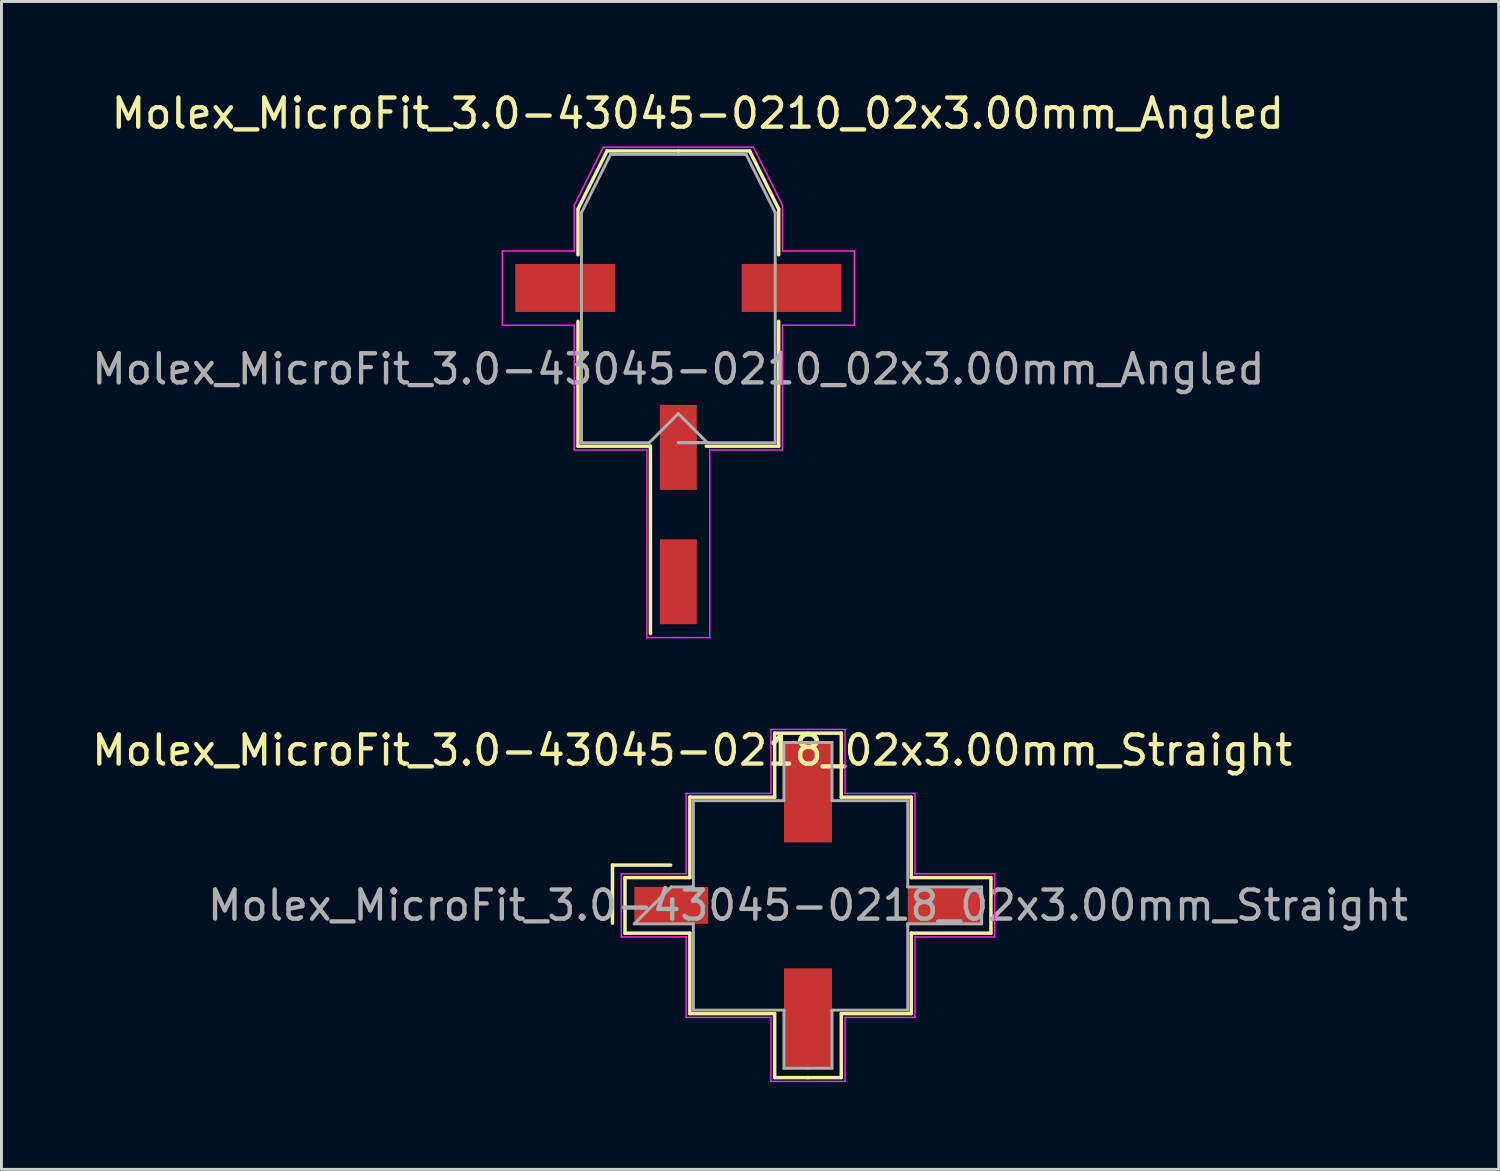
<source format=kicad_pcb>
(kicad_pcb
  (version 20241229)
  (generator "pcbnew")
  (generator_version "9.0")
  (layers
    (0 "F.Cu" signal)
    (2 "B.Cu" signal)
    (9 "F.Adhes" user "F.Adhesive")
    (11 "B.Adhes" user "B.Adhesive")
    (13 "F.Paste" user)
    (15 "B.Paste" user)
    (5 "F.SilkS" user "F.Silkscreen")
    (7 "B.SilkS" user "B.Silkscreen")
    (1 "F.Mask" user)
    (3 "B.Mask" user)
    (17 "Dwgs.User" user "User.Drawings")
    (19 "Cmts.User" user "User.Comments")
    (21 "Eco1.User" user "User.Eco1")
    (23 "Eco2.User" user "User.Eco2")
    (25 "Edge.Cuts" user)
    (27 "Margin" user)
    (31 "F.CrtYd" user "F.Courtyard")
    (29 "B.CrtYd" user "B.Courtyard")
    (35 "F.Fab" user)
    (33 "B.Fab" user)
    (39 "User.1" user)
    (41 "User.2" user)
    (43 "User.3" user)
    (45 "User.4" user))
  (footprint "Molex_MicroFit_3.0-43045-0218_02x3.00mm_Straight"
    (layer "F.Cu")
    (at 24.724 28.072)
    (property "Reference" "Molex_MicroFit_3.0-43045-0218_02x3.00mm_Straight" (at -3.98 -5.33 0) (layer "F.SilkS") (effects (font (size 1 1) (thickness 0.15))))
    (attr smd)
    (fp_line (start -6.72 -1.385) (end -6.72 0.615) (stroke (width 0.12) (type solid)) (layer "F.SilkS"))
    (fp_line (start -6.29 -0.955) (end -4.06 -0.955) (stroke (width 0.12) (type solid)) (layer "F.SilkS"))
    (fp_line (start -6.29 0.955) (end -6.29 -0.955) (stroke (width 0.12) (type solid)) (layer "F.SilkS"))
    (fp_line (start -4.72 -1.385) (end -6.72 -1.385) (stroke (width 0.12) (type solid)) (layer "F.SilkS"))
    (fp_line (start -4.06 -3.72) (end -4.06 -3.72) (stroke (width 0.12) (type solid)) (layer "F.SilkS"))
    (fp_line (start -4.06 -3.72) (end -1.145 -3.72) (stroke (width 0.12) (type solid)) (layer "F.SilkS"))
    (fp_line (start -4.06 -0.955) (end -4.06 -3.72) (stroke (width 0.12) (type solid)) (layer "F.SilkS"))
    (fp_line (start -4.06 0.955) (end -6.29 0.955) (stroke (width 0.12) (type solid)) (layer "F.SilkS"))
    (fp_line (start -4.06 3.72) (end -4.06 0.955) (stroke (width 0.12) (type solid)) (layer "F.SilkS"))
    (fp_line (start -1.145 -5.92) (end 0 -5.92) (stroke (width 0.12) (type solid)) (layer "F.SilkS"))
    (fp_line (start -1.145 -3.72) (end -1.145 -5.92) (stroke (width 0.12) (type solid)) (layer "F.SilkS"))
    (fp_line (start -1.145 3.72) (end -4.06 3.72) (stroke (width 0.12) (type solid)) (layer "F.SilkS"))
    (fp_line (start -1.145 5.92) (end -1.145 3.72) (stroke (width 0.12) (type solid)) (layer "F.SilkS"))
    (fp_line (start 0 -5.92) (end 1.145 -5.92) (stroke (width 0.12) (type solid)) (layer "F.SilkS"))
    (fp_line (start 0 5.92) (end -1.145 5.92) (stroke (width 0.12) (type solid)) (layer "F.SilkS"))
    (fp_line (start 1.145 -5.92) (end 1.145 -3.72) (stroke (width 0.12) (type solid)) (layer "F.SilkS"))
    (fp_line (start 1.145 -3.72) (end 3.55 -3.72) (stroke (width 0.12) (type solid)) (layer "F.SilkS"))
    (fp_line (start 1.145 3.72) (end 1.145 5.92) (stroke (width 0.12) (type solid)) (layer "F.SilkS"))
    (fp_line (start 1.145 5.92) (end 0 5.92) (stroke (width 0.12) (type solid)) (layer "F.SilkS"))
    (fp_line (start 3.55 -3.72) (end 3.55 -0.955) (stroke (width 0.12) (type solid)) (layer "F.SilkS"))
    (fp_line (start 3.55 -0.955) (end 6.29 -0.955) (stroke (width 0.12) (type solid)) (layer "F.SilkS"))
    (fp_line (start 3.55 0.955) (end 3.55 0.955) (stroke (width 0.12) (type solid)) (layer "F.SilkS"))
    (fp_line (start 3.55 0.955) (end 3.55 3.72) (stroke (width 0.12) (type solid)) (layer "F.SilkS"))
    (fp_line (start 3.55 3.72) (end 1.145 3.72) (stroke (width 0.12) (type solid)) (layer "F.SilkS"))
    (fp_line (start 6.29 -0.955) (end 6.29 0.955) (stroke (width 0.12) (type solid)) (layer "F.SilkS"))
    (fp_line (start 6.29 0.955) (end 3.55 0.955) (stroke (width 0.12) (type solid)) (layer "F.SilkS"))
    (fp_line (start -6.42 -1.085) (end -4.19 -1.085) (stroke (width 0.05) (type solid)) (layer "F.CrtYd"))
    (fp_line (start -6.42 1.085) (end -6.42 -1.085) (stroke (width 0.05) (type solid)) (layer "F.CrtYd"))
    (fp_line (start -4.19 -3.85) (end -4.19 -3.85) (stroke (width 0.05) (type solid)) (layer "F.CrtYd"))
    (fp_line (start -4.19 -3.85) (end -1.275 -3.85) (stroke (width 0.05) (type solid)) (layer "F.CrtYd"))
    (fp_line (start -4.19 -1.085) (end -4.19 -3.85) (stroke (width 0.05) (type solid)) (layer "F.CrtYd"))
    (fp_line (start -4.19 1.085) (end -6.42 1.085) (stroke (width 0.05) (type solid)) (layer "F.CrtYd"))
    (fp_line (start -4.19 3.85) (end -4.19 1.085) (stroke (width 0.05) (type solid)) (layer "F.CrtYd"))
    (fp_line (start -1.275 -6.05) (end 0 -6.05) (stroke (width 0.05) (type solid)) (layer "F.CrtYd"))
    (fp_line (start -1.275 -3.85) (end -1.275 -6.05) (stroke (width 0.05) (type solid)) (layer "F.CrtYd"))
    (fp_line (start -1.275 3.85) (end -4.19 3.85) (stroke (width 0.05) (type solid)) (layer "F.CrtYd"))
    (fp_line (start -1.275 6.05) (end -1.275 3.85) (stroke (width 0.05) (type solid)) (layer "F.CrtYd"))
    (fp_line (start 0 -6.05) (end 1.275 -6.05) (stroke (width 0.05) (type solid)) (layer "F.CrtYd"))
    (fp_line (start 0 6.05) (end -1.275 6.05) (stroke (width 0.05) (type solid)) (layer "F.CrtYd"))
    (fp_line (start 1.275 -6.05) (end 1.275 -3.85) (stroke (width 0.05) (type solid)) (layer "F.CrtYd"))
    (fp_line (start 1.275 -3.85) (end 3.68 -3.85) (stroke (width 0.05) (type solid)) (layer "F.CrtYd"))
    (fp_line (start 1.275 3.85) (end 1.275 6.05) (stroke (width 0.05) (type solid)) (layer "F.CrtYd"))
    (fp_line (start 1.275 6.05) (end 0 6.05) (stroke (width 0.05) (type solid)) (layer "F.CrtYd"))
    (fp_line (start 3.68 -3.85) (end 3.68 -1.085) (stroke (width 0.05) (type solid)) (layer "F.CrtYd"))
    (fp_line (start 3.68 -1.085) (end 6.42 -1.085) (stroke (width 0.05) (type solid)) (layer "F.CrtYd"))
    (fp_line (start 3.68 1.085) (end 3.68 1.085) (stroke (width 0.05) (type solid)) (layer "F.CrtYd"))
    (fp_line (start 3.68 1.085) (end 3.68 3.85) (stroke (width 0.05) (type solid)) (layer "F.CrtYd"))
    (fp_line (start 3.68 3.85) (end 1.275 3.85) (stroke (width 0.05) (type solid)) (layer "F.CrtYd"))
    (fp_line (start 6.42 -1.085) (end 6.42 1.085) (stroke (width 0.05) (type solid)) (layer "F.CrtYd"))
    (fp_line (start 6.42 1.085) (end 3.68 1.085) (stroke (width 0.05) (type solid)) (layer "F.CrtYd"))
    (fp_line (start -5.97 0.635) (end -5.97 0.635) (stroke (width 0.1) (type solid)) (layer "F.Fab"))
    (fp_line (start -5.97 0.635) (end -4.7 -0.635) (stroke (width 0.1) (type solid)) (layer "F.Fab"))
    (fp_line (start -4.7 -0.635) (end -3.94 -0.635) (stroke (width 0.1) (type solid)) (layer "F.Fab"))
    (fp_line (start -3.94 -3.6) (end -3.94 -3.6) (stroke (width 0.1) (type solid)) (layer "F.Fab"))
    (fp_line (start -3.94 -3.6) (end -0.825 -3.6) (stroke (width 0.1) (type solid)) (layer "F.Fab"))
    (fp_line (start -3.94 -0.635) (end -3.94 -3.6) (stroke (width 0.1) (type solid)) (layer "F.Fab"))
    (fp_line (start -3.94 0.635) (end -5.97 0.635) (stroke (width 0.1) (type solid)) (layer "F.Fab"))
    (fp_line (start -3.94 3.6) (end -3.94 0.635) (stroke (width 0.1) (type solid)) (layer "F.Fab"))
    (fp_line (start -0.825 -5.6) (end 0 -5.6) (stroke (width 0.1) (type solid)) (layer "F.Fab"))
    (fp_line (start -0.825 -3.6) (end -0.825 -5.6) (stroke (width 0.1) (type solid)) (layer "F.Fab"))
    (fp_line (start -0.825 3.6) (end -3.94 3.6) (stroke (width 0.1) (type solid)) (layer "F.Fab"))
    (fp_line (start -0.825 5.6) (end -0.825 3.6) (stroke (width 0.1) (type solid)) (layer "F.Fab"))
    (fp_line (start 0 -5.6) (end 0.825 -5.6) (stroke (width 0.1) (type solid)) (layer "F.Fab"))
    (fp_line (start 0 5.6) (end -0.825 5.6) (stroke (width 0.1) (type solid)) (layer "F.Fab"))
    (fp_line (start 0.825 -5.6) (end 0.825 -3.6) (stroke (width 0.1) (type solid)) (layer "F.Fab"))
    (fp_line (start 0.825 -3.6) (end 3.43 -3.6) (stroke (width 0.1) (type solid)) (layer "F.Fab"))
    (fp_line (start 0.825 3.6) (end 0.825 5.6) (stroke (width 0.1) (type solid)) (layer "F.Fab"))
    (fp_line (start 0.825 5.6) (end 0 5.6) (stroke (width 0.1) (type solid)) (layer "F.Fab"))
    (fp_line (start 3.43 -3.6) (end 3.43 -0.635) (stroke (width 0.1) (type solid)) (layer "F.Fab"))
    (fp_line (start 3.43 -0.635) (end 5.97 -0.635) (stroke (width 0.1) (type solid)) (layer "F.Fab"))
    (fp_line (start 3.43 0.635) (end 3.43 0.635) (stroke (width 0.1) (type solid)) (layer "F.Fab"))
    (fp_line (start 3.43 0.635) (end 3.43 3.6) (stroke (width 0.1) (type solid)) (layer "F.Fab"))
    (fp_line (start 3.43 3.6) (end 0.825 3.6) (stroke (width 0.1) (type solid)) (layer "F.Fab"))
    (fp_line (start 5.97 -0.635) (end 5.97 0.635) (stroke (width 0.1) (type solid)) (layer "F.Fab"))
    (fp_line (start 5.97 0.635) (end 3.43 0.635) (stroke (width 0.1) (type solid)) (layer "F.Fab"))
    (fp_text user "${REFERENCE}" (at 0 0 0) (layer "F.Fab") (effects (font (size 1 1) (thickness 0.15))))
    (pad "" smd rect (at 0 -3.88) (size 1.65 3.43) (layers "F.Cu" "F.Mask" "F.Paste"))
    (pad "" smd rect (at 0 3.88) (size 1.65 3.43) (layers "F.Cu" "F.Mask" "F.Paste"))
    (pad "1" smd rect (at -4.7 0) (size 2.54 1.27) (layers "F.Cu" "F.Mask" "F.Paste"))
    (pad "2" smd rect (at 4.7 0) (size 2.54 1.27) (layers "F.Cu" "F.Mask" "F.Paste")))
  (footprint "Molex_MicroFit_3.0-43045-0210_02x3.00mm_Angled"
    (layer "F.Cu")
    (at 20.268 14.638)
    (property "Reference" "Molex_MicroFit_3.0-43045-0210_02x3.00mm_Angled" (at 0.67 -13.79 0) (layer "F.SilkS") (effects (font (size 1 1) (thickness 0.15))))
    (attr smd)
    (fp_line (start -3.45 -10.5) (end -3.45 -8.93) (stroke (width 0.12) (type solid)) (layer "F.SilkS"))
    (fp_line (start -3.45 -6.64) (end -3.45 -2.35) (stroke (width 0.12) (type solid)) (layer "F.SilkS"))
    (fp_line (start -3.45 -2.35) (end -0.96 -2.35) (stroke (width 0.12) (type solid)) (layer "F.SilkS"))
    (fp_line (start -2.45 -12.5) (end -3.45 -10.5) (stroke (width 0.12) (type solid)) (layer "F.SilkS"))
    (fp_line (start -0.96 -2.35) (end -0.96 4.09) (stroke (width 0.12) (type solid)) (layer "F.SilkS"))
    (fp_line (start 0 -12.5) (end -2.45 -12.5) (stroke (width 0.12) (type solid)) (layer "F.SilkS"))
    (fp_line (start 0 -12.5) (end 2.45 -12.5) (stroke (width 0.12) (type solid)) (layer "F.SilkS"))
    (fp_line (start 2.45 -12.5) (end 3.45 -10.5) (stroke (width 0.12) (type solid)) (layer "F.SilkS"))
    (fp_line (start 3.45 -10.5) (end 3.45 -8.93) (stroke (width 0.12) (type solid)) (layer "F.SilkS"))
    (fp_line (start 3.45 -6.64) (end 3.45 -2.35) (stroke (width 0.12) (type solid)) (layer "F.SilkS"))
    (fp_line (start 3.45 -2.35) (end 0.96 -2.35) (stroke (width 0.12) (type solid)) (layer "F.SilkS"))
    (fp_line (start -6.05 -9.06) (end -6.05 -6.51) (stroke (width 0.05) (type solid)) (layer "F.CrtYd"))
    (fp_line (start -6.05 -6.51) (end -3.58 -6.51) (stroke (width 0.05) (type solid)) (layer "F.CrtYd"))
    (fp_line (start -3.58 -10.63) (end -3.58 -9.06) (stroke (width 0.05) (type solid)) (layer "F.CrtYd"))
    (fp_line (start -3.58 -9.06) (end -6.05 -9.06) (stroke (width 0.05) (type solid)) (layer "F.CrtYd"))
    (fp_line (start -3.58 -6.51) (end -3.58 -2.22) (stroke (width 0.05) (type solid)) (layer "F.CrtYd"))
    (fp_line (start -3.58 -2.22) (end -1.08 -2.22) (stroke (width 0.05) (type solid)) (layer "F.CrtYd"))
    (fp_line (start -2.58 -12.63) (end -3.58 -10.63) (stroke (width 0.05) (type solid)) (layer "F.CrtYd"))
    (fp_line (start -1.08 -2.22) (end -1.08 4.23) (stroke (width 0.05) (type solid)) (layer "F.CrtYd"))
    (fp_line (start -1.08 4.23) (end 0 4.23) (stroke (width 0.05) (type solid)) (layer "F.CrtYd"))
    (fp_line (start 0 -12.63) (end -2.58 -12.63) (stroke (width 0.05) (type solid)) (layer "F.CrtYd"))
    (fp_line (start 0 -12.63) (end 2.58 -12.63) (stroke (width 0.05) (type solid)) (layer "F.CrtYd"))
    (fp_line (start 1.08 -2.22) (end 1.08 4.23) (stroke (width 0.05) (type solid)) (layer "F.CrtYd"))
    (fp_line (start 1.08 4.23) (end 0 4.23) (stroke (width 0.05) (type solid)) (layer "F.CrtYd"))
    (fp_line (start 2.58 -12.63) (end 3.58 -10.63) (stroke (width 0.05) (type solid)) (layer "F.CrtYd"))
    (fp_line (start 3.58 -10.63) (end 3.58 -9.06) (stroke (width 0.05) (type solid)) (layer "F.CrtYd"))
    (fp_line (start 3.58 -9.06) (end 6.05 -9.06) (stroke (width 0.05) (type solid)) (layer "F.CrtYd"))
    (fp_line (start 3.58 -6.51) (end 3.58 -2.22) (stroke (width 0.05) (type solid)) (layer "F.CrtYd"))
    (fp_line (start 3.58 -2.22) (end 1.08 -2.22) (stroke (width 0.05) (type solid)) (layer "F.CrtYd"))
    (fp_line (start 6.05 -9.06) (end 6.05 -6.51) (stroke (width 0.05) (type solid)) (layer "F.CrtYd"))
    (fp_line (start 6.05 -6.51) (end 3.58 -6.51) (stroke (width 0.05) (type solid)) (layer "F.CrtYd"))
    (fp_line (start -3.33 -10.38) (end -3.33 -8.61) (stroke (width 0.1) (type solid)) (layer "F.Fab"))
    (fp_line (start -3.33 -8.61) (end -3.33 -2.47) (stroke (width 0.1) (type solid)) (layer "F.Fab"))
    (fp_line (start -3.33 -2.47) (end -1 -2.47) (stroke (width 0.1) (type solid)) (layer "F.Fab"))
    (fp_line (start -2.33 -12.38) (end -3.33 -10.38) (stroke (width 0.1) (type solid)) (layer "F.Fab"))
    (fp_line (start -1 -2.47) (end 0 -3.47) (stroke (width 0.1) (type solid)) (layer "F.Fab"))
    (fp_line (start 0 -12.38) (end -2.33 -12.38) (stroke (width 0.1) (type solid)) (layer "F.Fab"))
    (fp_line (start 0 -12.38) (end 2.33 -12.38) (stroke (width 0.1) (type solid)) (layer "F.Fab"))
    (fp_line (start 0 -3.47) (end 1 -2.47) (stroke (width 0.1) (type solid)) (layer "F.Fab"))
    (fp_line (start 0.64 -2.47) (end 0 -2.47) (stroke (width 0.1) (type solid)) (layer "F.Fab"))
    (fp_line (start 1 -2.47) (end 0 -2.47) (stroke (width 0.1) (type solid)) (layer "F.Fab"))
    (fp_line (start 2.33 -12.38) (end 3.33 -10.38) (stroke (width 0.1) (type solid)) (layer "F.Fab"))
    (fp_line (start 3.33 -10.38) (end 3.33 -8.61) (stroke (width 0.1) (type solid)) (layer "F.Fab"))
    (fp_line (start 3.33 -8.61) (end 3.33 -2.47) (stroke (width 0.1) (type solid)) (layer "F.Fab"))
    (fp_line (start 3.33 -2.47) (end 0.64 -2.47) (stroke (width 0.1) (type solid)) (layer "F.Fab"))
    (fp_text user "${REFERENCE}" (at 0 -5 0) (layer "F.Fab") (effects (font (size 1 1) (thickness 0.15))))
    (pad "" smd rect (at -3.89 -7.79) (size 3.43 1.65) (layers "F.Cu" "F.Mask" "F.Paste"))
    (pad "" smd rect (at 3.89 -7.79) (size 3.43 1.65) (layers "F.Cu" "F.Mask" "F.Paste"))
    (pad "1" smd rect (at 0 -2.31) (size 1.27 2.92) (layers "F.Cu" "F.Mask" "F.Paste"))
    (pad "2" smd rect (at 0 2.31) (size 1.27 2.92) (layers "F.Cu" "F.Mask" "F.Paste")))
  (gr_rect
    (start -3 -3)
    (end 48.468 37.147)
    (stroke (width 0.1) (type default))
    (fill no)
    (layer "Edge.Cuts")))
</source>
